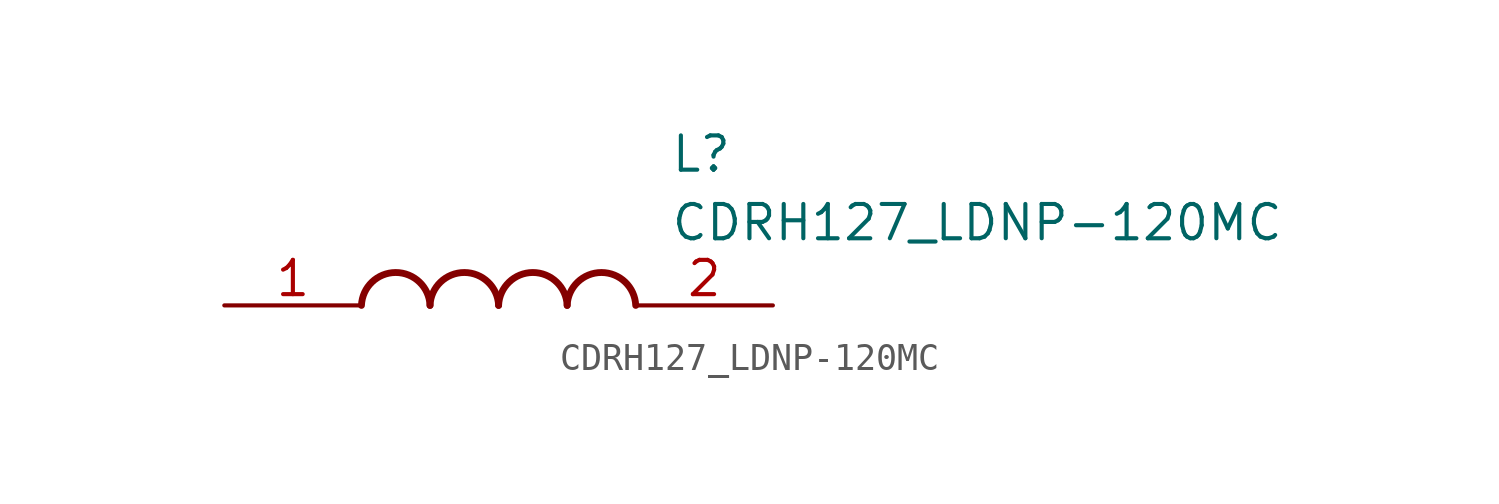
<source format=kicad_sym>
(kicad_symbol_lib
  (version 20211014)
  (generator SamacSys_ECAD_Model)
  (symbol "CDRH127_LDNP-120MC"
    (pin_names hide)
    (property "Reference" "L"
      (at 16.51 6.35 0)
      (effects (font (size 1.27 1.27)) (justify left top)))
    (property "Value" "CDRH127_LDNP-120MC"
      (at 16.51 3.81 0)
      (effects (font (size 1.27 1.27)) (justify left top)))
    (arc
      (start 7.62 0)
      (mid 6.35 1.219)
      (end 5.08 0)
      (stroke (width 0.254) (type default))
      (fill (type none)))
    (arc
      (start 10.16 0)
      (mid 8.89 1.219)
      (end 7.62 0)
      (stroke (width 0.254) (type default))
      (fill (type none)))
    (arc
      (start 12.7 0)
      (mid 11.43 1.219)
      (end 10.16 0)
      (stroke (width 0.254) (type default))
      (fill (type none)))
    (arc
      (start 15.24 0)
      (mid 13.97 1.219)
      (end 12.7 0)
      (stroke (width 0.254) (type default))
      (fill (type none)))
    (pin passive line
      (at 0 0 0)
      (length 5.08)
      (name "1" (effects (font (size 1.27 1.27))))
      (number "1" (effects (font (size 1.27 1.27)))))
    (pin passive line
      (at 20.32 0 180)
      (length 5.08)
      (name "2" (effects (font (size 1.27 1.27))))
      (number "2" (effects (font (size 1.27 1.27)))))))
</source>
